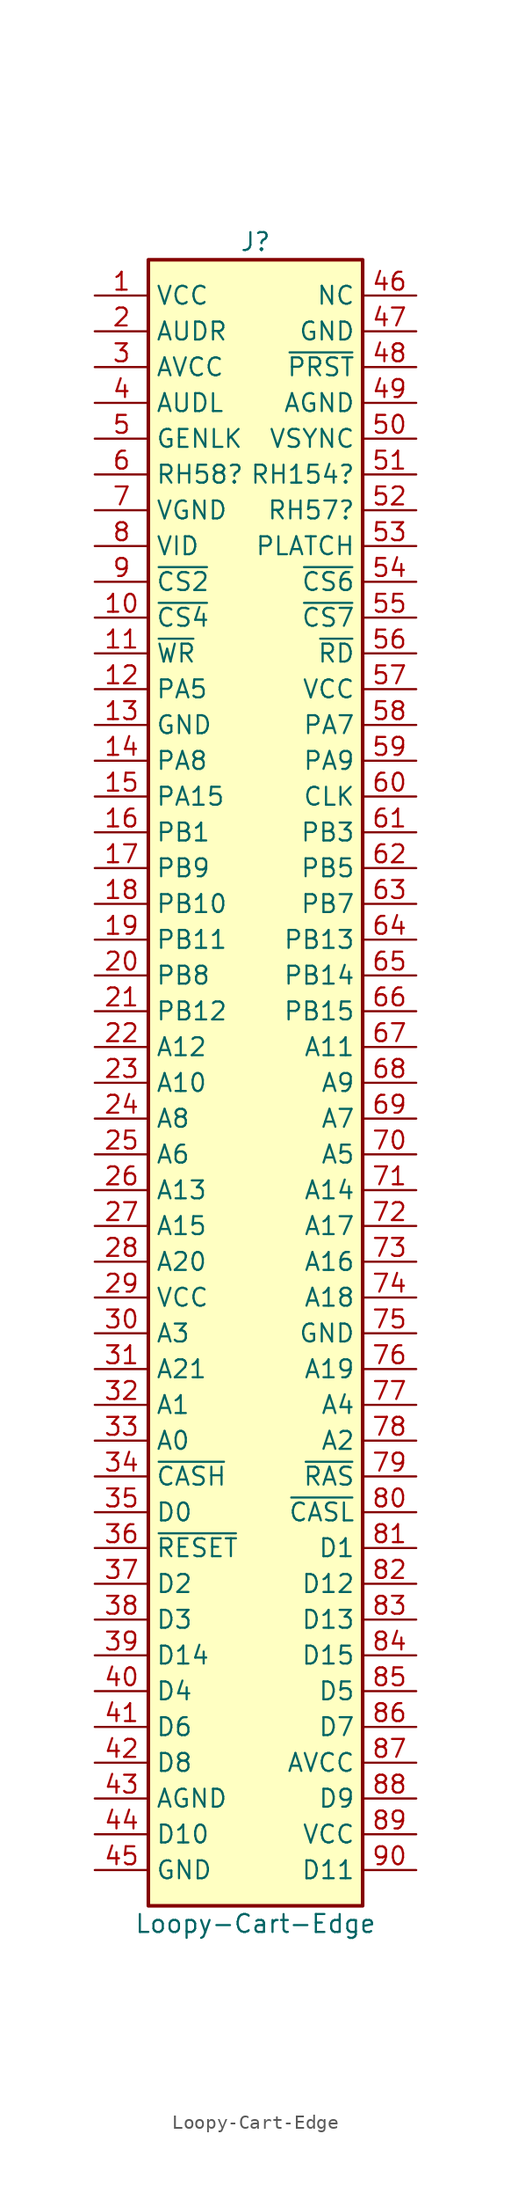
<source format=kicad_sym>
(kicad_symbol_lib
  (version 20220914)
  (generator kicad_symbol_editor)
  (symbol "Loopy-Cart-Edge"
    (property "Reference" "J"
      (at 0 59.69 0)
      (effects (font (size 1.27 1.27))))
    (property "Value" "Loopy-Cart-Edge"
      (at 0 -59.69 0)
      (effects (font (size 1.27 1.27))))
    (symbol "Loopy-Cart-Edge_1_1"
      (rectangle (start -7.62 58.42) (end 7.62 -58.42) (stroke (width 0.254) (type default)) (fill (type background)))
      (pin power_out line (at -11.43 55.88 0) (length 3.81) (name "VCC" (effects (font (size 1.27 1.27)))) (number "1" (effects (font (size 1.27 1.27)))))
      (pin output line (at -11.43 33.02 0) (length 3.81) (name "~{CS4}" (effects (font (size 1.27 1.27)))) (number "10" (effects (font (size 1.27 1.27)))))
      (pin output line (at -11.43 30.48 0) (length 3.81) (name "~{WR}" (effects (font (size 1.27 1.27)))) (number "11" (effects (font (size 1.27 1.27)))))
      (pin bidirectional line (at -11.43 27.94 0) (length 3.81) (name "PA5" (effects (font (size 1.27 1.27)))) (number "12" (effects (font (size 1.27 1.27)))))
      (pin passive line (at -11.43 25.4 0) (length 3.81) (name "GND" (effects (font (size 1.27 1.27)))) (number "13" (effects (font (size 1.27 1.27)))))
      (pin bidirectional line (at -11.43 22.86 0) (length 3.81) (name "PA8" (effects (font (size 1.27 1.27)))) (number "14" (effects (font (size 1.27 1.27)))))
      (pin bidirectional line (at -11.43 20.32 0) (length 3.81) (name "PA15" (effects (font (size 1.27 1.27)))) (number "15" (effects (font (size 1.27 1.27)))))
      (pin bidirectional line (at -11.43 17.78 0) (length 3.81) (name "PB1" (effects (font (size 1.27 1.27)))) (number "16" (effects (font (size 1.27 1.27)))))
      (pin bidirectional line (at -11.43 15.24 0) (length 3.81) (name "PB9" (effects (font (size 1.27 1.27)))) (number "17" (effects (font (size 1.27 1.27)))))
      (pin bidirectional line (at -11.43 12.7 0) (length 3.81) (name "PB10" (effects (font (size 1.27 1.27)))) (number "18" (effects (font (size 1.27 1.27)))))
      (pin bidirectional line (at -11.43 10.16 0) (length 3.81) (name "PB11" (effects (font (size 1.27 1.27)))) (number "19" (effects (font (size 1.27 1.27)))))
      (pin input line (at -11.43 53.34 0) (length 3.81) (name "AUDR" (effects (font (size 1.27 1.27)))) (number "2" (effects (font (size 1.27 1.27)))))
      (pin bidirectional line (at -11.43 7.62 0) (length 3.81) (name "PB8" (effects (font (size 1.27 1.27)))) (number "20" (effects (font (size 1.27 1.27)))))
      (pin bidirectional line (at -11.43 5.08 0) (length 3.81) (name "PB12" (effects (font (size 1.27 1.27)))) (number "21" (effects (font (size 1.27 1.27)))))
      (pin output line (at -11.43 2.54 0) (length 3.81) (name "A12" (effects (font (size 1.27 1.27)))) (number "22" (effects (font (size 1.27 1.27)))))
      (pin output line (at -11.43 0 0) (length 3.81) (name "A10" (effects (font (size 1.27 1.27)))) (number "23" (effects (font (size 1.27 1.27)))))
      (pin output line (at -11.43 -2.54 0) (length 3.81) (name "A8" (effects (font (size 1.27 1.27)))) (number "24" (effects (font (size 1.27 1.27)))))
      (pin output line (at -11.43 -5.08 0) (length 3.81) (name "A6" (effects (font (size 1.27 1.27)))) (number "25" (effects (font (size 1.27 1.27)))))
      (pin output line (at -11.43 -7.62 0) (length 3.81) (name "A13" (effects (font (size 1.27 1.27)))) (number "26" (effects (font (size 1.27 1.27)))))
      (pin output line (at -11.43 -10.16 0) (length 3.81) (name "A15" (effects (font (size 1.27 1.27)))) (number "27" (effects (font (size 1.27 1.27)))))
      (pin output line (at -11.43 -12.7 0) (length 3.81) (name "A20" (effects (font (size 1.27 1.27)))) (number "28" (effects (font (size 1.27 1.27)))))
      (pin passive line (at -11.43 -15.24 0) (length 3.81) (name "VCC" (effects (font (size 1.27 1.27)))) (number "29" (effects (font (size 1.27 1.27)))))
      (pin power_out line (at -11.43 50.8 0) (length 3.81) (name "AVCC" (effects (font (size 1.27 1.27)))) (number "3" (effects (font (size 1.27 1.27)))))
      (pin output line (at -11.43 -17.78 0) (length 3.81) (name "A3" (effects (font (size 1.27 1.27)))) (number "30" (effects (font (size 1.27 1.27)))))
      (pin output line (at -11.43 -20.32 0) (length 3.81) (name "A21" (effects (font (size 1.27 1.27)))) (number "31" (effects (font (size 1.27 1.27)))))
      (pin output line (at -11.43 -22.86 0) (length 3.81) (name "A1" (effects (font (size 1.27 1.27)))) (number "32" (effects (font (size 1.27 1.27)))))
      (pin output line (at -11.43 -25.4 0) (length 3.81) (name "A0" (effects (font (size 1.27 1.27)))) (number "33" (effects (font (size 1.27 1.27)))))
      (pin output line (at -11.43 -27.94 0) (length 3.81) (name "~{CASH}" (effects (font (size 1.27 1.27)))) (number "34" (effects (font (size 1.27 1.27)))))
      (pin bidirectional line (at -11.43 -30.48 0) (length 3.81) (name "D0" (effects (font (size 1.27 1.27)))) (number "35" (effects (font (size 1.27 1.27)))))
      (pin open_collector line (at -11.43 -33.02 0) (length 3.81) (name "~{RESET}" (effects (font (size 1.27 1.27)))) (number "36" (effects (font (size 1.27 1.27)))))
      (pin bidirectional line (at -11.43 -35.56 0) (length 3.81) (name "D2" (effects (font (size 1.27 1.27)))) (number "37" (effects (font (size 1.27 1.27)))))
      (pin bidirectional line (at -11.43 -38.1 0) (length 3.81) (name "D3" (effects (font (size 1.27 1.27)))) (number "38" (effects (font (size 1.27 1.27)))))
      (pin bidirectional line (at -11.43 -40.64 0) (length 3.81) (name "D14" (effects (font (size 1.27 1.27)))) (number "39" (effects (font (size 1.27 1.27)))))
      (pin input line (at -11.43 48.26 0) (length 3.81) (name "AUDL" (effects (font (size 1.27 1.27)))) (number "4" (effects (font (size 1.27 1.27)))))
      (pin bidirectional line (at -11.43 -43.18 0) (length 3.81) (name "D4" (effects (font (size 1.27 1.27)))) (number "40" (effects (font (size 1.27 1.27)))))
      (pin bidirectional line (at -11.43 -45.72 0) (length 3.81) (name "D6" (effects (font (size 1.27 1.27)))) (number "41" (effects (font (size 1.27 1.27)))))
      (pin bidirectional line (at -11.43 -48.26 0) (length 3.81) (name "D8" (effects (font (size 1.27 1.27)))) (number "42" (effects (font (size 1.27 1.27)))))
      (pin passive line (at -11.43 -50.8 0) (length 3.81) (name "AGND" (effects (font (size 1.27 1.27)))) (number "43" (effects (font (size 1.27 1.27)))))
      (pin bidirectional line (at -11.43 -53.34 0) (length 3.81) (name "D10" (effects (font (size 1.27 1.27)))) (number "44" (effects (font (size 1.27 1.27)))))
      (pin passive line (at -11.43 -55.88 0) (length 3.81) (name "GND" (effects (font (size 1.27 1.27)))) (number "45" (effects (font (size 1.27 1.27)))))
      (pin passive line (at 11.43 55.88 180) (length 3.81) (name "NC" (effects (font (size 1.27 1.27)))) (number "46" (effects (font (size 1.27 1.27)))))
      (pin power_out line (at 11.43 53.34 180) (length 3.81) (name "GND" (effects (font (size 1.27 1.27)))) (number "47" (effects (font (size 1.27 1.27)))))
      (pin output line (at 11.43 50.8 180) (length 3.81) (name "~{PRST}" (effects (font (size 1.27 1.27)))) (number "48" (effects (font (size 1.27 1.27)))))
      (pin power_out line (at 11.43 48.26 180) (length 3.81) (name "AGND" (effects (font (size 1.27 1.27)))) (number "49" (effects (font (size 1.27 1.27)))))
      (pin input line (at -11.43 45.72 0) (length 3.81) (name "GENLK" (effects (font (size 1.27 1.27)))) (number "5" (effects (font (size 1.27 1.27)))))
      (pin output line (at 11.43 45.72 180) (length 3.81) (name "VSYNC" (effects (font (size 1.27 1.27)))) (number "50" (effects (font (size 1.27 1.27)))))
      (pin bidirectional line (at 11.43 43.18 180) (length 3.81) (name "RH154?" (effects (font (size 1.27 1.27)))) (number "51" (effects (font (size 1.27 1.27)))))
      (pin bidirectional line (at 11.43 40.64 180) (length 3.81) (name "RH57?" (effects (font (size 1.27 1.27)))) (number "52" (effects (font (size 1.27 1.27)))))
      (pin output line (at 11.43 38.1 180) (length 3.81) (name "PLATCH" (effects (font (size 1.27 1.27)))) (number "53" (effects (font (size 1.27 1.27)))))
      (pin output line (at 11.43 35.56 180) (length 3.81) (name "~{CS6}" (effects (font (size 1.27 1.27)))) (number "54" (effects (font (size 1.27 1.27)))))
      (pin output line (at 11.43 33.02 180) (length 3.81) (name "~{CS7}" (effects (font (size 1.27 1.27)))) (number "55" (effects (font (size 1.27 1.27)))))
      (pin output line (at 11.43 30.48 180) (length 3.81) (name "~{RD}" (effects (font (size 1.27 1.27)))) (number "56" (effects (font (size 1.27 1.27)))))
      (pin passive line (at 11.43 27.94 180) (length 3.81) (name "VCC" (effects (font (size 1.27 1.27)))) (number "57" (effects (font (size 1.27 1.27)))))
      (pin bidirectional line (at 11.43 25.4 180) (length 3.81) (name "PA7" (effects (font (size 1.27 1.27)))) (number "58" (effects (font (size 1.27 1.27)))))
      (pin bidirectional line (at 11.43 22.86 180) (length 3.81) (name "PA9" (effects (font (size 1.27 1.27)))) (number "59" (effects (font (size 1.27 1.27)))))
      (pin bidirectional line (at -11.43 43.18 0) (length 3.81) (name "RH58?" (effects (font (size 1.27 1.27)))) (number "6" (effects (font (size 1.27 1.27)))))
      (pin output line (at 11.43 20.32 180) (length 3.81) (name "CLK" (effects (font (size 1.27 1.27)))) (number "60" (effects (font (size 1.27 1.27)))))
      (pin bidirectional line (at 11.43 17.78 180) (length 3.81) (name "PB3" (effects (font (size 1.27 1.27)))) (number "61" (effects (font (size 1.27 1.27)))))
      (pin bidirectional line (at 11.43 15.24 180) (length 3.81) (name "PB5" (effects (font (size 1.27 1.27)))) (number "62" (effects (font (size 1.27 1.27)))))
      (pin bidirectional line (at 11.43 12.7 180) (length 3.81) (name "PB7" (effects (font (size 1.27 1.27)))) (number "63" (effects (font (size 1.27 1.27)))))
      (pin bidirectional line (at 11.43 10.16 180) (length 3.81) (name "PB13" (effects (font (size 1.27 1.27)))) (number "64" (effects (font (size 1.27 1.27)))))
      (pin bidirectional line (at 11.43 7.62 180) (length 3.81) (name "PB14" (effects (font (size 1.27 1.27)))) (number "65" (effects (font (size 1.27 1.27)))))
      (pin bidirectional line (at 11.43 5.08 180) (length 3.81) (name "PB15" (effects (font (size 1.27 1.27)))) (number "66" (effects (font (size 1.27 1.27)))))
      (pin output line (at 11.43 2.54 180) (length 3.81) (name "A11" (effects (font (size 1.27 1.27)))) (number "67" (effects (font (size 1.27 1.27)))))
      (pin output line (at 11.43 0 180) (length 3.81) (name "A9" (effects (font (size 1.27 1.27)))) (number "68" (effects (font (size 1.27 1.27)))))
      (pin output line (at 11.43 -2.54 180) (length 3.81) (name "A7" (effects (font (size 1.27 1.27)))) (number "69" (effects (font (size 1.27 1.27)))))
      (pin power_out line (at -11.43 40.64 0) (length 3.81) (name "VGND" (effects (font (size 1.27 1.27)))) (number "7" (effects (font (size 1.27 1.27)))))
      (pin output line (at 11.43 -5.08 180) (length 3.81) (name "A5" (effects (font (size 1.27 1.27)))) (number "70" (effects (font (size 1.27 1.27)))))
      (pin output line (at 11.43 -7.62 180) (length 3.81) (name "A14" (effects (font (size 1.27 1.27)))) (number "71" (effects (font (size 1.27 1.27)))))
      (pin output line (at 11.43 -10.16 180) (length 3.81) (name "A17" (effects (font (size 1.27 1.27)))) (number "72" (effects (font (size 1.27 1.27)))))
      (pin output line (at 11.43 -12.7 180) (length 3.81) (name "A16" (effects (font (size 1.27 1.27)))) (number "73" (effects (font (size 1.27 1.27)))))
      (pin output line (at 11.43 -15.24 180) (length 3.81) (name "A18" (effects (font (size 1.27 1.27)))) (number "74" (effects (font (size 1.27 1.27)))))
      (pin passive line (at 11.43 -17.78 180) (length 3.81) (name "GND" (effects (font (size 1.27 1.27)))) (number "75" (effects (font (size 1.27 1.27)))))
      (pin output line (at 11.43 -20.32 180) (length 3.81) (name "A19" (effects (font (size 1.27 1.27)))) (number "76" (effects (font (size 1.27 1.27)))))
      (pin output line (at 11.43 -22.86 180) (length 3.81) (name "A4" (effects (font (size 1.27 1.27)))) (number "77" (effects (font (size 1.27 1.27)))))
      (pin output line (at 11.43 -25.4 180) (length 3.81) (name "A2" (effects (font (size 1.27 1.27)))) (number "78" (effects (font (size 1.27 1.27)))))
      (pin output line (at 11.43 -27.94 180) (length 3.81) (name "~{RAS}" (effects (font (size 1.27 1.27)))) (number "79" (effects (font (size 1.27 1.27)))))
      (pin input line (at -11.43 38.1 0) (length 3.81) (name "VID" (effects (font (size 1.27 1.27)))) (number "8" (effects (font (size 1.27 1.27)))))
      (pin output line (at 11.43 -30.48 180) (length 3.81) (name "~{CASL}" (effects (font (size 1.27 1.27)))) (number "80" (effects (font (size 1.27 1.27)))))
      (pin bidirectional line (at 11.43 -33.02 180) (length 3.81) (name "D1" (effects (font (size 1.27 1.27)))) (number "81" (effects (font (size 1.27 1.27)))))
      (pin bidirectional line (at 11.43 -35.56 180) (length 3.81) (name "D12" (effects (font (size 1.27 1.27)))) (number "82" (effects (font (size 1.27 1.27)))))
      (pin bidirectional line (at 11.43 -38.1 180) (length 3.81) (name "D13" (effects (font (size 1.27 1.27)))) (number "83" (effects (font (size 1.27 1.27)))))
      (pin bidirectional line (at 11.43 -40.64 180) (length 3.81) (name "D15" (effects (font (size 1.27 1.27)))) (number "84" (effects (font (size 1.27 1.27)))))
      (pin bidirectional line (at 11.43 -43.18 180) (length 3.81) (name "D5" (effects (font (size 1.27 1.27)))) (number "85" (effects (font (size 1.27 1.27)))))
      (pin bidirectional line (at 11.43 -45.72 180) (length 3.81) (name "D7" (effects (font (size 1.27 1.27)))) (number "86" (effects (font (size 1.27 1.27)))))
      (pin passive line (at 11.43 -48.26 180) (length 3.81) (name "AVCC" (effects (font (size 1.27 1.27)))) (number "87" (effects (font (size 1.27 1.27)))))
      (pin bidirectional line (at 11.43 -50.8 180) (length 3.81) (name "D9" (effects (font (size 1.27 1.27)))) (number "88" (effects (font (size 1.27 1.27)))))
      (pin passive line (at 11.43 -53.34 180) (length 3.81) (name "VCC" (effects (font (size 1.27 1.27)))) (number "89" (effects (font (size 1.27 1.27)))))
      (pin output line (at -11.43 35.56 0) (length 3.81) (name "~{CS2}" (effects (font (size 1.27 1.27)))) (number "9" (effects (font (size 1.27 1.27)))))
      (pin bidirectional line (at 11.43 -55.88 180) (length 3.81) (name "D11" (effects (font (size 1.27 1.27)))) (number "90" (effects (font (size 1.27 1.27))))))))
</source>
